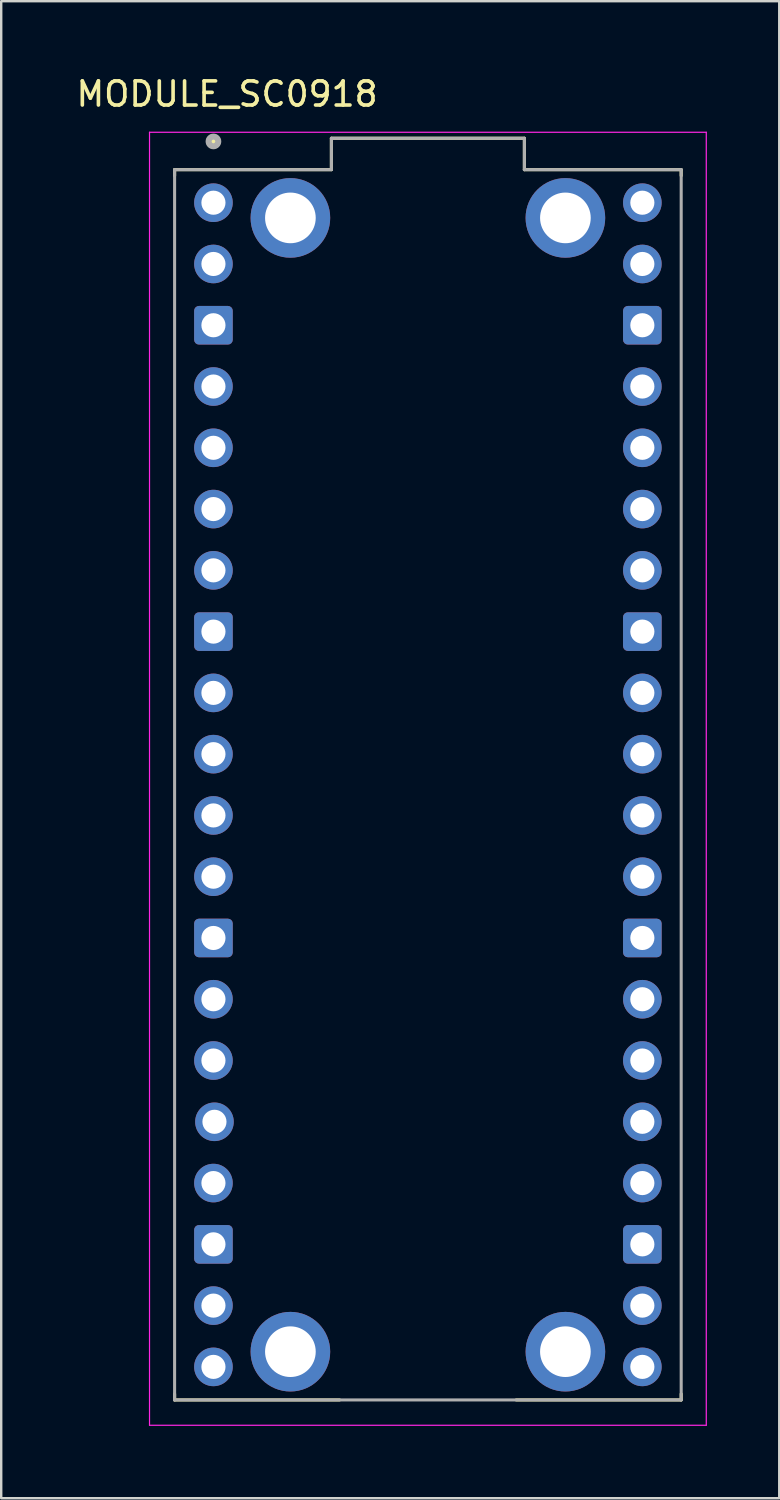
<source format=kicad_pcb>
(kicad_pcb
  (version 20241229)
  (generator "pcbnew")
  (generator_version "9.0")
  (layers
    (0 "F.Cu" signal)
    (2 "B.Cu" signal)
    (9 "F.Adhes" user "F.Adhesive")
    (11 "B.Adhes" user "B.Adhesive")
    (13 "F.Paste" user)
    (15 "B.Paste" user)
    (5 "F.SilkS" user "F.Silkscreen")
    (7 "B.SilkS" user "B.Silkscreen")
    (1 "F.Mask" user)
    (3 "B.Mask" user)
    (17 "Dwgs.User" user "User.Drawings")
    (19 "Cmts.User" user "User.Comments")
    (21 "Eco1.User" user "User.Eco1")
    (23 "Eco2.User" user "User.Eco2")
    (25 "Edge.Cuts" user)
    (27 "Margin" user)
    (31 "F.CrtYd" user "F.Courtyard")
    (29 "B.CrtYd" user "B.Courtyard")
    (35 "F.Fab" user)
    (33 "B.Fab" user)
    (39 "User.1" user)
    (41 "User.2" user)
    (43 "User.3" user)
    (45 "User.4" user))
  (footprint "MODULE_SC0918"
    (layer "F.Cu")
    (at 14.688 29.483)
    (property "Reference" "MODULE_SC0918" (at -8.325 -28.635 0) (layer "F.SilkS") (effects (font (size 1 1) (thickness 0.15))))
    (attr through_hole)
    (fp_line (start -10.5 -25.5) (end -4 -25.5) (stroke (width 0.127) (type solid)) (layer "F.SilkS"))
    (fp_line (start -10.5 -25.25) (end -10.5 -25.5) (stroke (width 0.127) (type solid)) (layer "F.SilkS"))
    (fp_line (start -10.5 25.5) (end -10.5 25.25) (stroke (width 0.127) (type solid)) (layer "F.SilkS"))
    (fp_line (start -4 -26.8) (end 4 -26.8) (stroke (width 0.127) (type solid)) (layer "F.SilkS"))
    (fp_line (start -4 -25.5) (end -4 -26.8) (stroke (width 0.127) (type solid)) (layer "F.SilkS"))
    (fp_line (start -3.66 25.5) (end -10.5 25.5) (stroke (width 0.127) (type solid)) (layer "F.SilkS"))
    (fp_line (start 4 -26.8) (end 4 -25.5) (stroke (width 0.127) (type solid)) (layer "F.SilkS"))
    (fp_line (start 4 -25.5) (end 10.5 -25.5) (stroke (width 0.127) (type solid)) (layer "F.SilkS"))
    (fp_line (start 10.5 -25.5) (end 10.5 -25.25) (stroke (width 0.127) (type solid)) (layer "F.SilkS"))
    (fp_line (start 10.5 25.5) (end 3.66 25.5) (stroke (width 0.127) (type solid)) (layer "F.SilkS"))
    (fp_line (start 10.5 25.5) (end 10.5 25.25) (stroke (width 0.127) (type solid)) (layer "F.SilkS"))
    (fp_circle (center -8.89 -26.67) (end -8.69 -26.67) (stroke (width 0.2) (type solid)) (fill yes) (layer "F.SilkS"))
    (fp_line (start -11.54 -27.05) (end -11.54 26.55) (stroke (width 0.05) (type solid)) (layer "F.CrtYd"))
    (fp_line (start -11.54 26.55) (end 11.54 26.55) (stroke (width 0.05) (type solid)) (layer "F.CrtYd"))
    (fp_line (start 11.54 -27.05) (end -11.54 -27.05) (stroke (width 0.05) (type solid)) (layer "F.CrtYd"))
    (fp_line (start 11.54 26.55) (end 11.54 -27.05) (stroke (width 0.05) (type solid)) (layer "F.CrtYd"))
    (fp_line (start -10.5 -25.5) (end -4 -25.5) (stroke (width 0.127) (type solid)) (layer "F.Fab"))
    (fp_line (start -10.5 25.5) (end -10.5 -25.5) (stroke (width 0.127) (type solid)) (layer "F.Fab"))
    (fp_line (start -4 -26.8) (end 4 -26.8) (stroke (width 0.127) (type solid)) (layer "F.Fab"))
    (fp_line (start -4 -25.5) (end -4 -26.8) (stroke (width 0.127) (type solid)) (layer "F.Fab"))
    (fp_line (start 4 -26.8) (end 4 -25.5) (stroke (width 0.127) (type solid)) (layer "F.Fab"))
    (fp_line (start 4 -25.5) (end 10.5 -25.5) (stroke (width 0.127) (type solid)) (layer "F.Fab"))
    (fp_line (start 10.5 -25.5) (end 10.5 25.5) (stroke (width 0.127) (type solid)) (layer "F.Fab"))
    (fp_line (start 10.5 25.5) (end -10.5 25.5) (stroke (width 0.127) (type solid)) (layer "F.Fab"))
    (fp_circle (center -8.89 -26.67) (end -8.69 -26.67) (stroke (width 0.25) (type solid)) (fill no) (layer "F.Fab"))
    (pad "1" thru_hole circle (at -8.89 -24.13) (size 1.6 1.6) (drill 1) (layers "*.Cu" "*.Mask"))
    (pad "2" thru_hole circle (at -8.89 -21.59) (size 1.6 1.6) (drill 1) (layers "*.Cu" "*.Mask"))
    (pad "3" thru_hole roundrect (at -8.89 -19.05) (size 1.6 1.6) (drill 1) (layers "*.Cu" "*.Mask") (roundrect_rratio 0.125))
    (pad "4" thru_hole circle (at -8.89 -16.51) (size 1.6 1.6) (drill 1) (layers "*.Cu" "*.Mask"))
    (pad "5" thru_hole circle (at -8.89 -13.97) (size 1.6 1.6) (drill 1) (layers "*.Cu" "*.Mask"))
    (pad "6" thru_hole circle (at -8.89 -11.43) (size 1.6 1.6) (drill 1) (layers "*.Cu" "*.Mask"))
    (pad "7" thru_hole circle (at -8.89 -8.89) (size 1.6 1.6) (drill 1) (layers "*.Cu" "*.Mask"))
    (pad "8" thru_hole roundrect (at -8.89 -6.35) (size 1.6 1.6) (drill 1) (layers "*.Cu" "*.Mask") (roundrect_rratio 0.125))
    (pad "9" thru_hole circle (at -8.89 -3.81) (size 1.6 1.6) (drill 1) (layers "*.Cu" "*.Mask"))
    (pad "10" thru_hole circle (at -8.89 -1.27) (size 1.6 1.6) (drill 1) (layers "*.Cu" "*.Mask"))
    (pad "11" thru_hole circle (at -8.89 1.27) (size 1.6 1.6) (drill 1) (layers "*.Cu" "*.Mask"))
    (pad "12" thru_hole circle (at -8.89 3.81) (size 1.6 1.6) (drill 1) (layers "*.Cu" "*.Mask"))
    (pad "13" thru_hole roundrect (at -8.89 6.35) (size 1.6 1.6) (drill 1) (layers "*.Cu" "*.Mask") (roundrect_rratio 0.125))
    (pad "14" thru_hole circle (at -8.89 8.89) (size 1.6 1.6) (drill 1) (layers "*.Cu" "*.Mask"))
    (pad "15" thru_hole circle (at -8.89 11.43) (size 1.6 1.6) (drill 1) (layers "*.Cu" "*.Mask"))
    (pad "16" thru_hole circle (at -8.848 13.97) (size 1.6 1.6) (drill 1) (layers "*.Cu" "*.Mask"))
    (pad "17" thru_hole circle (at -8.89 16.51) (size 1.6 1.6) (drill 1) (layers "*.Cu" "*.Mask"))
    (pad "18" thru_hole roundrect (at -8.89 19.05) (size 1.6 1.6) (drill 1) (layers "*.Cu" "*.Mask") (roundrect_rratio 0.125))
    (pad "19" thru_hole circle (at -8.89 21.59) (size 1.6 1.6) (drill 1) (layers "*.Cu" "*.Mask"))
    (pad "20" thru_hole circle (at -8.89 24.13) (size 1.6 1.6) (drill 1) (layers "*.Cu" "*.Mask"))
    (pad "21" thru_hole circle (at 8.89 24.13) (size 1.6 1.6) (drill 1) (layers "*.Cu" "*.Mask"))
    (pad "22" thru_hole circle (at 8.89 21.59) (size 1.6 1.6) (drill 1) (layers "*.Cu" "*.Mask"))
    (pad "23" thru_hole roundrect (at 8.89 19.05) (size 1.6 1.6) (drill 1) (layers "*.Cu" "*.Mask") (roundrect_rratio 0.125))
    (pad "24" thru_hole circle (at 8.89 16.51) (size 1.6 1.6) (drill 1) (layers "*.Cu" "*.Mask"))
    (pad "25" thru_hole circle (at 8.89 13.97) (size 1.6 1.6) (drill 1) (layers "*.Cu" "*.Mask"))
    (pad "26" thru_hole circle (at 8.89 11.43) (size 1.6 1.6) (drill 1) (layers "*.Cu" "*.Mask"))
    (pad "27" thru_hole circle (at 8.89 8.89) (size 1.6 1.6) (drill 1) (layers "*.Cu" "*.Mask"))
    (pad "28" thru_hole roundrect (at 8.89 6.35) (size 1.6 1.6) (drill 1) (layers "*.Cu" "*.Mask") (roundrect_rratio 0.125))
    (pad "29" thru_hole circle (at 8.89 3.81) (size 1.6 1.6) (drill 1) (layers "*.Cu" "*.Mask"))
    (pad "30" thru_hole circle (at 8.89 1.27) (size 1.6 1.6) (drill 1) (layers "*.Cu" "*.Mask"))
    (pad "31" thru_hole circle (at 8.89 -1.27) (size 1.6 1.6) (drill 1) (layers "*.Cu" "*.Mask"))
    (pad "32" thru_hole circle (at 8.89 -3.81) (size 1.6 1.6) (drill 1) (layers "*.Cu" "*.Mask"))
    (pad "33" thru_hole roundrect (at 8.89 -6.35) (size 1.6 1.6) (drill 1) (layers "*.Cu" "*.Mask") (roundrect_rratio 0.125))
    (pad "34" thru_hole circle (at 8.89 -8.89) (size 1.6 1.6) (drill 1) (layers "*.Cu" "*.Mask"))
    (pad "35" thru_hole circle (at 8.89 -11.43) (size 1.6 1.6) (drill 1) (layers "*.Cu" "*.Mask"))
    (pad "36" thru_hole circle (at 8.89 -13.97) (size 1.6 1.6) (drill 1) (layers "*.Cu" "*.Mask"))
    (pad "37" thru_hole circle (at 8.89 -16.51) (size 1.6 1.6) (drill 1) (layers "*.Cu" "*.Mask"))
    (pad "38" thru_hole roundrect (at 8.89 -19.05) (size 1.6 1.6) (drill 1) (layers "*.Cu" "*.Mask") (roundrect_rratio 0.125))
    (pad "39" thru_hole circle (at 8.89 -21.59) (size 1.6 1.6) (drill 1) (layers "*.Cu" "*.Mask"))
    (pad "40" thru_hole circle (at 8.89 -24.13) (size 1.6 1.6) (drill 1) (layers "*.Cu" "*.Mask"))
    (pad "M1" thru_hole circle (at -5.7 -23.5) (size 3.3 3.3) (drill 2.1) (layers "*.Cu" "*.Mask"))
    (pad "M2" thru_hole circle (at 5.7 -23.5) (size 3.3 3.3) (drill 2.1) (layers "*.Cu" "*.Mask"))
    (pad "M3" thru_hole circle (at -5.7 23.5) (size 3.3 3.3) (drill 2.1) (layers "*.Cu" "*.Mask"))
    (pad "M4" thru_hole circle (at 5.7 23.5) (size 3.3 3.3) (drill 2.1) (layers "*.Cu" "*.Mask")))
  (gr_rect
    (start -3 -3)
    (end 29.253 59.058)
    (stroke (width 0.1) (type default))
    (fill no)
    (layer "Edge.Cuts")))
</source>
